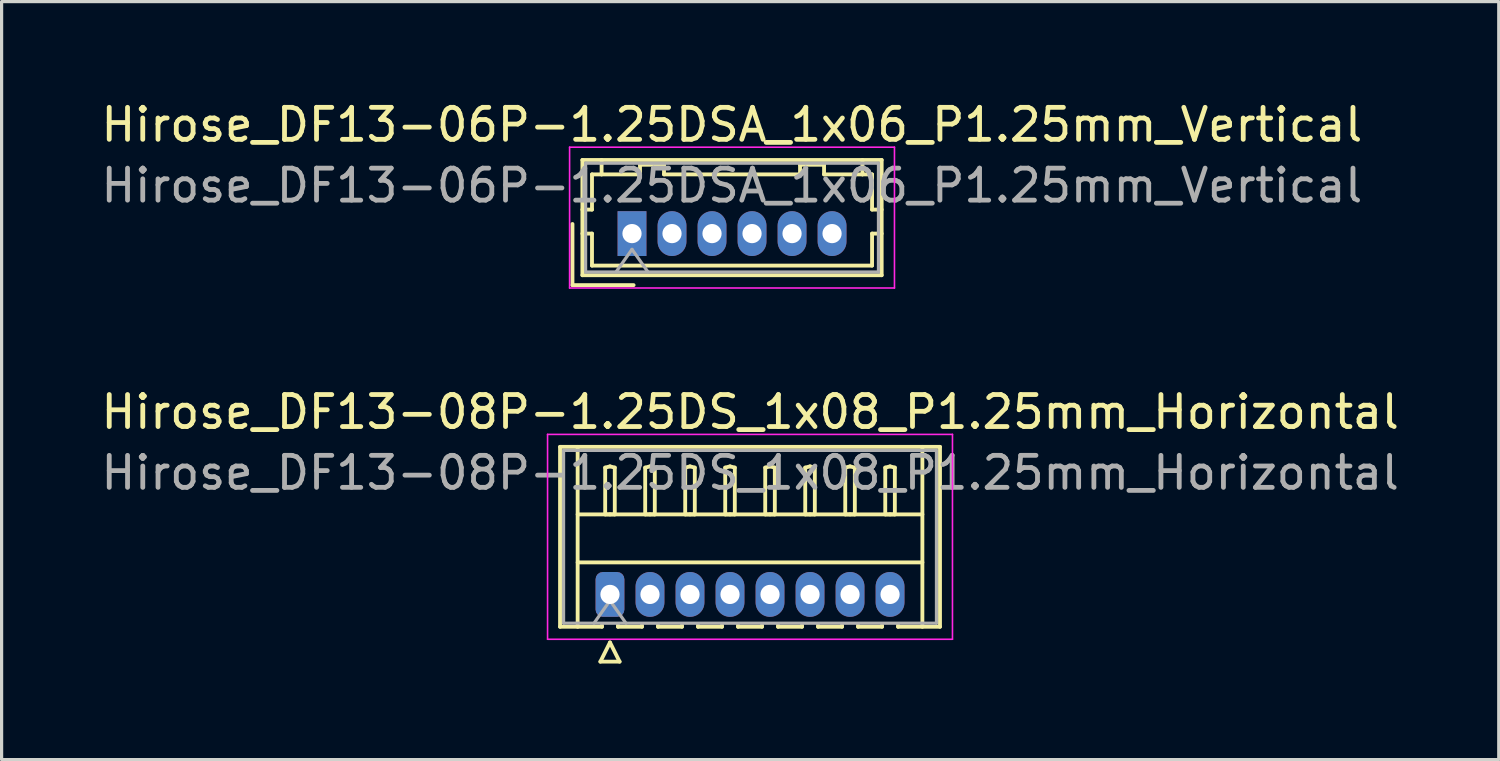
<source format=kicad_pcb>
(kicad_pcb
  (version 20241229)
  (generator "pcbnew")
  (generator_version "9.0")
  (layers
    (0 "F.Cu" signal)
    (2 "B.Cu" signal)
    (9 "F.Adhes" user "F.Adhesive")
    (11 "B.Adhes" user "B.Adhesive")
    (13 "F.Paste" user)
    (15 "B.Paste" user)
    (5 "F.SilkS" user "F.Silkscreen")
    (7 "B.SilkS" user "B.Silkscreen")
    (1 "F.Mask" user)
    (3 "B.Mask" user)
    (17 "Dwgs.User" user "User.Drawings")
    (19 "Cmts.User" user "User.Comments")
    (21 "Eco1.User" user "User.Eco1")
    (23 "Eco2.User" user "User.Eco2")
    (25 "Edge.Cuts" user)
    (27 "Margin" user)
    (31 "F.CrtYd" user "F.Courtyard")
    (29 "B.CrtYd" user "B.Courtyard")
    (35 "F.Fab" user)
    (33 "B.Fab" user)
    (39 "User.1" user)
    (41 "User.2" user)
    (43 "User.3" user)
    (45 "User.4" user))
  (footprint "Hirose_DF13-06P-1.25DSA_1x06_P1.25mm_Vertical"
    (layer "F.Cu")
    (at 16.695 4.248)
    (property "Reference" "Hirose_DF13-06P-1.25DSA_1x06_P1.25mm_Vertical" (at 3.12 -3.4 0) (layer "F.SilkS") (effects (font (size 1 1) (thickness 0.15))))
    (attr through_hole)
    (fp_line (start -1.86 -0.3) (end -1.86 1.61) (stroke (width 0.12) (type solid)) (layer "F.SilkS"))
    (fp_line (start -1.86 1.61) (end 0.05 1.61) (stroke (width 0.12) (type solid)) (layer "F.SilkS"))
    (fp_line (start -1.55 -2.3) (end -1.55 1.3) (stroke (width 0.12) (type solid)) (layer "F.SilkS"))
    (fp_line (start -1.55 -0.75) (end -1.25 -0.75) (stroke (width 0.12) (type solid)) (layer "F.SilkS"))
    (fp_line (start -1.55 0) (end -1.25 0) (stroke (width 0.12) (type solid)) (layer "F.SilkS"))
    (fp_line (start -1.55 1.3) (end 7.8 1.3) (stroke (width 0.12) (type solid)) (layer "F.SilkS"))
    (fp_line (start -1.25 -1.85) (end -0.95 -1.85) (stroke (width 0.12) (type solid)) (layer "F.SilkS"))
    (fp_line (start -1.25 -0.75) (end -1.25 -1.85) (stroke (width 0.12) (type solid)) (layer "F.SilkS"))
    (fp_line (start -1.25 0) (end -1.25 1) (stroke (width 0.12) (type solid)) (layer "F.SilkS"))
    (fp_line (start -1.25 1) (end 7.5 1) (stroke (width 0.12) (type solid)) (layer "F.SilkS"))
    (fp_line (start -0.95 -1.85) (end -0.95 -2.3) (stroke (width 0.12) (type solid)) (layer "F.SilkS"))
    (fp_line (start -0.95 -1.85) (end 0.25 -1.85) (stroke (width 0.12) (type solid)) (layer "F.SilkS"))
    (fp_line (start 0.25 -2.15) (end 1 -2.15) (stroke (width 0.12) (type solid)) (layer "F.SilkS"))
    (fp_line (start 0.25 -1.85) (end 0.25 -2.15) (stroke (width 0.12) (type solid)) (layer "F.SilkS"))
    (fp_line (start 1 -2.15) (end 1 -1.85) (stroke (width 0.12) (type solid)) (layer "F.SilkS"))
    (fp_line (start 1 -1.85) (end 5.25 -1.85) (stroke (width 0.12) (type solid)) (layer "F.SilkS"))
    (fp_line (start 5.25 -2.15) (end 6 -2.15) (stroke (width 0.12) (type solid)) (layer "F.SilkS"))
    (fp_line (start 5.25 -1.85) (end 5.25 -2.15) (stroke (width 0.12) (type solid)) (layer "F.SilkS"))
    (fp_line (start 6 -2.15) (end 6 -1.85) (stroke (width 0.12) (type solid)) (layer "F.SilkS"))
    (fp_line (start 6 -1.85) (end 7.2 -1.85) (stroke (width 0.12) (type solid)) (layer "F.SilkS"))
    (fp_line (start 7.2 -1.85) (end 7.2 -2.3) (stroke (width 0.12) (type solid)) (layer "F.SilkS"))
    (fp_line (start 7.5 -1.85) (end 7.2 -1.85) (stroke (width 0.12) (type solid)) (layer "F.SilkS"))
    (fp_line (start 7.5 -0.75) (end 7.5 -1.85) (stroke (width 0.12) (type solid)) (layer "F.SilkS"))
    (fp_line (start 7.5 0) (end 7.8 0) (stroke (width 0.12) (type solid)) (layer "F.SilkS"))
    (fp_line (start 7.5 1) (end 7.5 0) (stroke (width 0.12) (type solid)) (layer "F.SilkS"))
    (fp_line (start 7.8 -2.3) (end -1.55 -2.3) (stroke (width 0.12) (type solid)) (layer "F.SilkS"))
    (fp_line (start 7.8 -0.75) (end 7.5 -0.75) (stroke (width 0.12) (type solid)) (layer "F.SilkS"))
    (fp_line (start 7.8 1.3) (end 7.8 -2.3) (stroke (width 0.12) (type solid)) (layer "F.SilkS"))
    (fp_line (start -1.95 -2.7) (end -1.95 1.7) (stroke (width 0.05) (type solid)) (layer "F.CrtYd"))
    (fp_line (start -1.95 1.7) (end 8.2 1.7) (stroke (width 0.05) (type solid)) (layer "F.CrtYd"))
    (fp_line (start 8.2 -2.7) (end -1.95 -2.7) (stroke (width 0.05) (type solid)) (layer "F.CrtYd"))
    (fp_line (start 8.2 1.7) (end 8.2 -2.7) (stroke (width 0.05) (type solid)) (layer "F.CrtYd"))
    (fp_line (start -1.45 -2.2) (end -1.45 1.2) (stroke (width 0.1) (type solid)) (layer "F.Fab"))
    (fp_line (start -1.45 1.2) (end 7.7 1.2) (stroke (width 0.1) (type solid)) (layer "F.Fab"))
    (fp_line (start -0.5 1.2) (end 0 0.493) (stroke (width 0.1) (type solid)) (layer "F.Fab"))
    (fp_line (start 0 0.493) (end 0.5 1.2) (stroke (width 0.1) (type solid)) (layer "F.Fab"))
    (fp_line (start 7.7 -2.2) (end -1.45 -2.2) (stroke (width 0.1) (type solid)) (layer "F.Fab"))
    (fp_line (start 7.7 1.2) (end 7.7 -2.2) (stroke (width 0.1) (type solid)) (layer "F.Fab"))
    (fp_text user "${REFERENCE}" (at 3.12 -1.5 0) (layer "F.Fab") (effects (font (size 1 1) (thickness 0.15))))
    (pad "1" thru_hole rect (at 0 0) (size 0.9 1.4) (drill 0.6) (layers "*.Cu" "*.Mask"))
    (pad "2" thru_hole oval (at 1.25 0) (size 0.9 1.4) (drill 0.6) (layers "*.Cu" "*.Mask"))
    (pad "3" thru_hole oval (at 2.5 0) (size 0.9 1.4) (drill 0.6) (layers "*.Cu" "*.Mask"))
    (pad "4" thru_hole oval (at 3.75 0) (size 0.9 1.4) (drill 0.6) (layers "*.Cu" "*.Mask"))
    (pad "5" thru_hole oval (at 5 0) (size 0.9 1.4) (drill 0.6) (layers "*.Cu" "*.Mask"))
    (pad "6" thru_hole oval (at 6.25 0) (size 0.9 1.4) (drill 0.6) (layers "*.Cu" "*.Mask")))
  (footprint "Hirose_DF13-08P-1.25DS_1x08_P1.25mm_Horizontal"
    (layer "F.Cu")
    (at 16.007 15.521)
    (property "Reference" "Hirose_DF13-08P-1.25DS_1x08_P1.25mm_Horizontal" (at 4.38 -5.7 0) (layer "F.SilkS") (effects (font (size 1 1) (thickness 0.15))))
    (attr through_hole)
    (fp_line (start -1.56 -4.61) (end 10.31 -4.61) (stroke (width 0.12) (type solid)) (layer "F.SilkS"))
    (fp_line (start -1.56 1.01) (end -1.56 -4.61) (stroke (width 0.12) (type solid)) (layer "F.SilkS"))
    (fp_line (start -1.01 -4.61) (end -1.01 1.01) (stroke (width 0.12) (type solid)) (layer "F.SilkS"))
    (fp_line (start -1.01 -2.5) (end 9.76 -2.5) (stroke (width 0.12) (type solid)) (layer "F.SilkS"))
    (fp_line (start -1.01 -1) (end 9.76 -1) (stroke (width 0.12) (type solid)) (layer "F.SilkS"))
    (fp_line (start -0.3 2.1) (end 0.3 2.1) (stroke (width 0.12) (type solid)) (layer "F.SilkS"))
    (fp_line (start -0.25 0.96) (end -0.25 1.01) (stroke (width 0.12) (type solid)) (layer "F.SilkS"))
    (fp_line (start -0.25 1.01) (end -1.56 1.01) (stroke (width 0.12) (type solid)) (layer "F.SilkS"))
    (fp_line (start -0.15 -3.962) (end 0 -4) (stroke (width 0.12) (type solid)) (layer "F.SilkS"))
    (fp_line (start -0.15 -2.5) (end -0.15 -3.962) (stroke (width 0.12) (type solid)) (layer "F.SilkS"))
    (fp_line (start 0 -4) (end 0.15 -3.962) (stroke (width 0.12) (type solid)) (layer "F.SilkS"))
    (fp_line (start 0 -2.5) (end -0.15 -2.5) (stroke (width 0.12) (type solid)) (layer "F.SilkS"))
    (fp_line (start 0 1.5) (end -0.3 2.1) (stroke (width 0.12) (type solid)) (layer "F.SilkS"))
    (fp_line (start 0.15 -3.962) (end 0.15 -2.5) (stroke (width 0.12) (type solid)) (layer "F.SilkS"))
    (fp_line (start 0.15 -2.5) (end 0 -2.5) (stroke (width 0.12) (type solid)) (layer "F.SilkS"))
    (fp_line (start 0.25 0.96) (end 0.25 1.01) (stroke (width 0.12) (type solid)) (layer "F.SilkS"))
    (fp_line (start 0.25 1.01) (end 1 1.01) (stroke (width 0.12) (type solid)) (layer "F.SilkS"))
    (fp_line (start 0.3 2.1) (end 0 1.5) (stroke (width 0.12) (type solid)) (layer "F.SilkS"))
    (fp_line (start 1 1.01) (end 1 0.96) (stroke (width 0.12) (type solid)) (layer "F.SilkS"))
    (fp_line (start 1.1 -3.962) (end 1.25 -4) (stroke (width 0.12) (type solid)) (layer "F.SilkS"))
    (fp_line (start 1.1 -2.5) (end 1.1 -3.962) (stroke (width 0.12) (type solid)) (layer "F.SilkS"))
    (fp_line (start 1.25 -4) (end 1.4 -3.962) (stroke (width 0.12) (type solid)) (layer "F.SilkS"))
    (fp_line (start 1.25 -2.5) (end 1.1 -2.5) (stroke (width 0.12) (type solid)) (layer "F.SilkS"))
    (fp_line (start 1.4 -3.962) (end 1.4 -2.5) (stroke (width 0.12) (type solid)) (layer "F.SilkS"))
    (fp_line (start 1.4 -2.5) (end 1.25 -2.5) (stroke (width 0.12) (type solid)) (layer "F.SilkS"))
    (fp_line (start 1.5 0.96) (end 1.5 1.01) (stroke (width 0.12) (type solid)) (layer "F.SilkS"))
    (fp_line (start 1.5 1.01) (end 2.25 1.01) (stroke (width 0.12) (type solid)) (layer "F.SilkS"))
    (fp_line (start 2.25 1.01) (end 2.25 0.96) (stroke (width 0.12) (type solid)) (layer "F.SilkS"))
    (fp_line (start 2.35 -3.962) (end 2.5 -4) (stroke (width 0.12) (type solid)) (layer "F.SilkS"))
    (fp_line (start 2.35 -2.5) (end 2.35 -3.962) (stroke (width 0.12) (type solid)) (layer "F.SilkS"))
    (fp_line (start 2.5 -4) (end 2.65 -3.962) (stroke (width 0.12) (type solid)) (layer "F.SilkS"))
    (fp_line (start 2.5 -2.5) (end 2.35 -2.5) (stroke (width 0.12) (type solid)) (layer "F.SilkS"))
    (fp_line (start 2.65 -3.962) (end 2.65 -2.5) (stroke (width 0.12) (type solid)) (layer "F.SilkS"))
    (fp_line (start 2.65 -2.5) (end 2.5 -2.5) (stroke (width 0.12) (type solid)) (layer "F.SilkS"))
    (fp_line (start 2.75 0.96) (end 2.75 1.01) (stroke (width 0.12) (type solid)) (layer "F.SilkS"))
    (fp_line (start 2.75 1.01) (end 3.5 1.01) (stroke (width 0.12) (type solid)) (layer "F.SilkS"))
    (fp_line (start 3.5 1.01) (end 3.5 0.96) (stroke (width 0.12) (type solid)) (layer "F.SilkS"))
    (fp_line (start 3.6 -3.962) (end 3.75 -4) (stroke (width 0.12) (type solid)) (layer "F.SilkS"))
    (fp_line (start 3.6 -2.5) (end 3.6 -3.962) (stroke (width 0.12) (type solid)) (layer "F.SilkS"))
    (fp_line (start 3.75 -4) (end 3.9 -3.962) (stroke (width 0.12) (type solid)) (layer "F.SilkS"))
    (fp_line (start 3.75 -2.5) (end 3.6 -2.5) (stroke (width 0.12) (type solid)) (layer "F.SilkS"))
    (fp_line (start 3.9 -3.962) (end 3.9 -2.5) (stroke (width 0.12) (type solid)) (layer "F.SilkS"))
    (fp_line (start 3.9 -2.5) (end 3.75 -2.5) (stroke (width 0.12) (type solid)) (layer "F.SilkS"))
    (fp_line (start 4 0.96) (end 4 1.01) (stroke (width 0.12) (type solid)) (layer "F.SilkS"))
    (fp_line (start 4 1.01) (end 4.75 1.01) (stroke (width 0.12) (type solid)) (layer "F.SilkS"))
    (fp_line (start 4.75 1.01) (end 4.75 0.96) (stroke (width 0.12) (type solid)) (layer "F.SilkS"))
    (fp_line (start 4.85 -3.962) (end 5 -4) (stroke (width 0.12) (type solid)) (layer "F.SilkS"))
    (fp_line (start 4.85 -2.5) (end 4.85 -3.962) (stroke (width 0.12) (type solid)) (layer "F.SilkS"))
    (fp_line (start 5 -4) (end 5.15 -3.962) (stroke (width 0.12) (type solid)) (layer "F.SilkS"))
    (fp_line (start 5 -2.5) (end 4.85 -2.5) (stroke (width 0.12) (type solid)) (layer "F.SilkS"))
    (fp_line (start 5.15 -3.962) (end 5.15 -2.5) (stroke (width 0.12) (type solid)) (layer "F.SilkS"))
    (fp_line (start 5.15 -2.5) (end 5 -2.5) (stroke (width 0.12) (type solid)) (layer "F.SilkS"))
    (fp_line (start 5.25 0.96) (end 5.25 1.01) (stroke (width 0.12) (type solid)) (layer "F.SilkS"))
    (fp_line (start 5.25 1.01) (end 6 1.01) (stroke (width 0.12) (type solid)) (layer "F.SilkS"))
    (fp_line (start 6 1.01) (end 6 0.96) (stroke (width 0.12) (type solid)) (layer "F.SilkS"))
    (fp_line (start 6.1 -3.962) (end 6.25 -4) (stroke (width 0.12) (type solid)) (layer "F.SilkS"))
    (fp_line (start 6.1 -2.5) (end 6.1 -3.962) (stroke (width 0.12) (type solid)) (layer "F.SilkS"))
    (fp_line (start 6.25 -4) (end 6.4 -3.962) (stroke (width 0.12) (type solid)) (layer "F.SilkS"))
    (fp_line (start 6.25 -2.5) (end 6.1 -2.5) (stroke (width 0.12) (type solid)) (layer "F.SilkS"))
    (fp_line (start 6.4 -3.962) (end 6.4 -2.5) (stroke (width 0.12) (type solid)) (layer "F.SilkS"))
    (fp_line (start 6.4 -2.5) (end 6.25 -2.5) (stroke (width 0.12) (type solid)) (layer "F.SilkS"))
    (fp_line (start 6.5 0.96) (end 6.5 1.01) (stroke (width 0.12) (type solid)) (layer "F.SilkS"))
    (fp_line (start 6.5 1.01) (end 7.25 1.01) (stroke (width 0.12) (type solid)) (layer "F.SilkS"))
    (fp_line (start 7.25 1.01) (end 7.25 0.96) (stroke (width 0.12) (type solid)) (layer "F.SilkS"))
    (fp_line (start 7.35 -3.962) (end 7.5 -4) (stroke (width 0.12) (type solid)) (layer "F.SilkS"))
    (fp_line (start 7.35 -2.5) (end 7.35 -3.962) (stroke (width 0.12) (type solid)) (layer "F.SilkS"))
    (fp_line (start 7.5 -4) (end 7.65 -3.962) (stroke (width 0.12) (type solid)) (layer "F.SilkS"))
    (fp_line (start 7.5 -2.5) (end 7.35 -2.5) (stroke (width 0.12) (type solid)) (layer "F.SilkS"))
    (fp_line (start 7.65 -3.962) (end 7.65 -2.5) (stroke (width 0.12) (type solid)) (layer "F.SilkS"))
    (fp_line (start 7.65 -2.5) (end 7.5 -2.5) (stroke (width 0.12) (type solid)) (layer "F.SilkS"))
    (fp_line (start 7.75 0.96) (end 7.75 1.01) (stroke (width 0.12) (type solid)) (layer "F.SilkS"))
    (fp_line (start 7.75 1.01) (end 8.5 1.01) (stroke (width 0.12) (type solid)) (layer "F.SilkS"))
    (fp_line (start 8.5 1.01) (end 8.5 0.96) (stroke (width 0.12) (type solid)) (layer "F.SilkS"))
    (fp_line (start 8.6 -3.962) (end 8.75 -4) (stroke (width 0.12) (type solid)) (layer "F.SilkS"))
    (fp_line (start 8.6 -2.5) (end 8.6 -3.962) (stroke (width 0.12) (type solid)) (layer "F.SilkS"))
    (fp_line (start 8.75 -4) (end 8.9 -3.962) (stroke (width 0.12) (type solid)) (layer "F.SilkS"))
    (fp_line (start 8.75 -2.5) (end 8.6 -2.5) (stroke (width 0.12) (type solid)) (layer "F.SilkS"))
    (fp_line (start 8.9 -3.962) (end 8.9 -2.5) (stroke (width 0.12) (type solid)) (layer "F.SilkS"))
    (fp_line (start 8.9 -2.5) (end 8.75 -2.5) (stroke (width 0.12) (type solid)) (layer "F.SilkS"))
    (fp_line (start 9 1.01) (end 9 0.96) (stroke (width 0.12) (type solid)) (layer "F.SilkS"))
    (fp_line (start 9.76 -4.61) (end 9.76 1.01) (stroke (width 0.12) (type solid)) (layer "F.SilkS"))
    (fp_line (start 10.31 -4.61) (end 10.31 1.01) (stroke (width 0.12) (type solid)) (layer "F.SilkS"))
    (fp_line (start 10.31 1.01) (end 9 1.01) (stroke (width 0.12) (type solid)) (layer "F.SilkS"))
    (fp_line (start -1.95 -5) (end -1.95 1.4) (stroke (width 0.05) (type solid)) (layer "F.CrtYd"))
    (fp_line (start -1.95 1.4) (end 10.7 1.4) (stroke (width 0.05) (type solid)) (layer "F.CrtYd"))
    (fp_line (start 10.7 -5) (end -1.95 -5) (stroke (width 0.05) (type solid)) (layer "F.CrtYd"))
    (fp_line (start 10.7 1.4) (end 10.7 -5) (stroke (width 0.05) (type solid)) (layer "F.CrtYd"))
    (fp_line (start -1.45 -4.5) (end -1.45 0.9) (stroke (width 0.1) (type solid)) (layer "F.Fab"))
    (fp_line (start -1.45 0.9) (end 10.2 0.9) (stroke (width 0.1) (type solid)) (layer "F.Fab"))
    (fp_line (start -0.5 0.9) (end 0 0.193) (stroke (width 0.1) (type solid)) (layer "F.Fab"))
    (fp_line (start 0 0.193) (end 0.5 0.9) (stroke (width 0.1) (type solid)) (layer "F.Fab"))
    (fp_line (start 10.2 -4.5) (end -1.45 -4.5) (stroke (width 0.1) (type solid)) (layer "F.Fab"))
    (fp_line (start 10.2 0.9) (end 10.2 -4.5) (stroke (width 0.1) (type solid)) (layer "F.Fab"))
    (fp_text user "${REFERENCE}" (at 4.38 -3.8 0) (layer "F.Fab") (effects (font (size 1 1) (thickness 0.15))))
    (pad "1" thru_hole roundrect (at 0 0) (size 0.9 1.4) (drill 0.6) (layers "*.Cu" "*.Mask") (roundrect_rratio 0.25))
    (pad "2" thru_hole oval (at 1.25 0) (size 0.9 1.4) (drill 0.6) (layers "*.Cu" "*.Mask"))
    (pad "3" thru_hole oval (at 2.5 0) (size 0.9 1.4) (drill 0.6) (layers "*.Cu" "*.Mask"))
    (pad "4" thru_hole oval (at 3.75 0) (size 0.9 1.4) (drill 0.6) (layers "*.Cu" "*.Mask"))
    (pad "5" thru_hole oval (at 5 0) (size 0.9 1.4) (drill 0.6) (layers "*.Cu" "*.Mask"))
    (pad "6" thru_hole oval (at 6.25 0) (size 0.9 1.4) (drill 0.6) (layers "*.Cu" "*.Mask"))
    (pad "7" thru_hole oval (at 7.5 0) (size 0.9 1.4) (drill 0.6) (layers "*.Cu" "*.Mask"))
    (pad "8" thru_hole oval (at 8.75 0) (size 0.9 1.4) (drill 0.6) (layers "*.Cu" "*.Mask")))
  (gr_rect
    (start -3 -3)
    (end 43.774 20.681)
    (stroke (width 0.1) (type default))
    (fill no)
    (layer "Edge.Cuts")))
</source>
